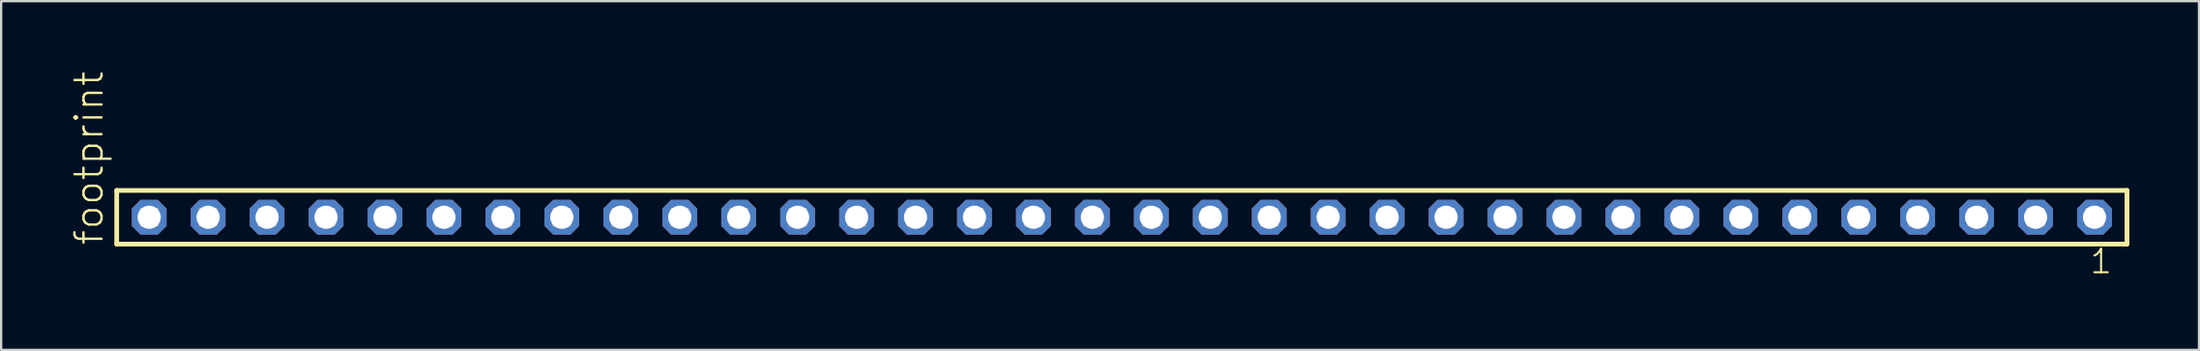
<source format=kicad_pcb>
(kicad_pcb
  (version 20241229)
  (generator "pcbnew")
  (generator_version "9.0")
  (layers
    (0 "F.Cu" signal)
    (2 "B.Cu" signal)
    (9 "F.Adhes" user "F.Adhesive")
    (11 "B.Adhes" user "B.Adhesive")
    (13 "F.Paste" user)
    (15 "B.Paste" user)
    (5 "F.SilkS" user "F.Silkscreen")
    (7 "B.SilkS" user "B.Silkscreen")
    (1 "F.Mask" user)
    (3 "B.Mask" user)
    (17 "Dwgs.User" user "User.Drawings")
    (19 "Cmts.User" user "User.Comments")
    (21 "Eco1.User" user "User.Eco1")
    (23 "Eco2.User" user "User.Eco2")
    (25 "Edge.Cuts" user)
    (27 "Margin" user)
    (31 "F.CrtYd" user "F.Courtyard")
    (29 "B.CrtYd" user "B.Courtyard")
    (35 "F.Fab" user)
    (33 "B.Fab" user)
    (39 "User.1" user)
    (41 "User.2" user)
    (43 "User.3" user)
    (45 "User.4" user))
  (footprint "footprint"
    (layer "F.Cu")
    (at 45.288 6.312)
    (property "Reference" "footprint" (at -43.815 1.27 90) (layer "F.SilkS") (effects (font (size 1.168 1.168) (thickness 0.102)) (justify left bottom)))
    (fp_line (start -43.309 -1.155) (end 43.309 -1.155) (stroke (width 0.203) (type solid)) (layer "F.SilkS"))
    (fp_line (start -43.309 1.155) (end -43.309 -1.155) (stroke (width 0.203) (type solid)) (layer "F.SilkS"))
    (fp_line (start 43.309 -1.155) (end 43.309 1.155) (stroke (width 0.203) (type solid)) (layer "F.SilkS"))
    (fp_line (start 43.309 1.155) (end -43.309 1.155) (stroke (width 0.203) (type solid)) (layer "F.SilkS"))
    (fp_poly (pts (xy -42.26 0.35) (xy -41.56 0.35) (xy -41.56 -0.35) (xy -42.26 -0.35)) (stroke (width 0.1) (type solid)) (fill no) (layer "F.Fab"))
    (fp_poly (pts (xy -39.72 0.35) (xy -39.02 0.35) (xy -39.02 -0.35) (xy -39.72 -0.35)) (stroke (width 0.1) (type solid)) (fill no) (layer "F.Fab"))
    (fp_poly (pts (xy -37.18 0.35) (xy -36.48 0.35) (xy -36.48 -0.35) (xy -37.18 -0.35)) (stroke (width 0.1) (type solid)) (fill no) (layer "F.Fab"))
    (fp_poly (pts (xy -34.64 0.35) (xy -33.94 0.35) (xy -33.94 -0.35) (xy -34.64 -0.35)) (stroke (width 0.1) (type solid)) (fill no) (layer "F.Fab"))
    (fp_poly (pts (xy -32.1 0.35) (xy -31.4 0.35) (xy -31.4 -0.35) (xy -32.1 -0.35)) (stroke (width 0.1) (type solid)) (fill no) (layer "F.Fab"))
    (fp_poly (pts (xy -29.56 0.35) (xy -28.86 0.35) (xy -28.86 -0.35) (xy -29.56 -0.35)) (stroke (width 0.1) (type solid)) (fill no) (layer "F.Fab"))
    (fp_poly (pts (xy -27.02 0.35) (xy -26.32 0.35) (xy -26.32 -0.35) (xy -27.02 -0.35)) (stroke (width 0.1) (type solid)) (fill no) (layer "F.Fab"))
    (fp_poly (pts (xy -24.48 0.35) (xy -23.78 0.35) (xy -23.78 -0.35) (xy -24.48 -0.35)) (stroke (width 0.1) (type solid)) (fill no) (layer "F.Fab"))
    (fp_poly (pts (xy -21.94 0.35) (xy -21.24 0.35) (xy -21.24 -0.35) (xy -21.94 -0.35)) (stroke (width 0.1) (type solid)) (fill no) (layer "F.Fab"))
    (fp_poly (pts (xy -19.4 0.35) (xy -18.7 0.35) (xy -18.7 -0.35) (xy -19.4 -0.35)) (stroke (width 0.1) (type solid)) (fill no) (layer "F.Fab"))
    (fp_poly (pts (xy -16.86 0.35) (xy -16.16 0.35) (xy -16.16 -0.35) (xy -16.86 -0.35)) (stroke (width 0.1) (type solid)) (fill no) (layer "F.Fab"))
    (fp_poly (pts (xy -14.32 0.35) (xy -13.62 0.35) (xy -13.62 -0.35) (xy -14.32 -0.35)) (stroke (width 0.1) (type solid)) (fill no) (layer "F.Fab"))
    (fp_poly (pts (xy -11.78 0.35) (xy -11.08 0.35) (xy -11.08 -0.35) (xy -11.78 -0.35)) (stroke (width 0.1) (type solid)) (fill no) (layer "F.Fab"))
    (fp_poly (pts (xy -9.24 0.35) (xy -8.54 0.35) (xy -8.54 -0.35) (xy -9.24 -0.35)) (stroke (width 0.1) (type solid)) (fill no) (layer "F.Fab"))
    (fp_poly (pts (xy -6.7 0.35) (xy -6 0.35) (xy -6 -0.35) (xy -6.7 -0.35)) (stroke (width 0.1) (type solid)) (fill no) (layer "F.Fab"))
    (fp_poly (pts (xy -4.16 0.35) (xy -3.46 0.35) (xy -3.46 -0.35) (xy -4.16 -0.35)) (stroke (width 0.1) (type solid)) (fill no) (layer "F.Fab"))
    (fp_poly (pts (xy -1.62 0.35) (xy -0.92 0.35) (xy -0.92 -0.35) (xy -1.62 -0.35)) (stroke (width 0.1) (type solid)) (fill no) (layer "F.Fab"))
    (fp_poly (pts (xy 0.92 0.35) (xy 1.62 0.35) (xy 1.62 -0.35) (xy 0.92 -0.35)) (stroke (width 0.1) (type solid)) (fill no) (layer "F.Fab"))
    (fp_poly (pts (xy 3.46 0.35) (xy 4.16 0.35) (xy 4.16 -0.35) (xy 3.46 -0.35)) (stroke (width 0.1) (type solid)) (fill no) (layer "F.Fab"))
    (fp_poly (pts (xy 6 0.35) (xy 6.7 0.35) (xy 6.7 -0.35) (xy 6 -0.35)) (stroke (width 0.1) (type solid)) (fill no) (layer "F.Fab"))
    (fp_poly (pts (xy 8.54 0.35) (xy 9.24 0.35) (xy 9.24 -0.35) (xy 8.54 -0.35)) (stroke (width 0.1) (type solid)) (fill no) (layer "F.Fab"))
    (fp_poly (pts (xy 11.08 0.35) (xy 11.78 0.35) (xy 11.78 -0.35) (xy 11.08 -0.35)) (stroke (width 0.1) (type solid)) (fill no) (layer "F.Fab"))
    (fp_poly (pts (xy 13.62 0.35) (xy 14.32 0.35) (xy 14.32 -0.35) (xy 13.62 -0.35)) (stroke (width 0.1) (type solid)) (fill no) (layer "F.Fab"))
    (fp_poly (pts (xy 16.16 0.35) (xy 16.86 0.35) (xy 16.86 -0.35) (xy 16.16 -0.35)) (stroke (width 0.1) (type solid)) (fill no) (layer "F.Fab"))
    (fp_poly (pts (xy 18.7 0.35) (xy 19.4 0.35) (xy 19.4 -0.35) (xy 18.7 -0.35)) (stroke (width 0.1) (type solid)) (fill no) (layer "F.Fab"))
    (fp_poly (pts (xy 21.24 0.35) (xy 21.94 0.35) (xy 21.94 -0.35) (xy 21.24 -0.35)) (stroke (width 0.1) (type solid)) (fill no) (layer "F.Fab"))
    (fp_poly (pts (xy 23.78 0.35) (xy 24.48 0.35) (xy 24.48 -0.35) (xy 23.78 -0.35)) (stroke (width 0.1) (type solid)) (fill no) (layer "F.Fab"))
    (fp_poly (pts (xy 26.32 0.35) (xy 27.02 0.35) (xy 27.02 -0.35) (xy 26.32 -0.35)) (stroke (width 0.1) (type solid)) (fill no) (layer "F.Fab"))
    (fp_poly (pts (xy 28.86 0.35) (xy 29.56 0.35) (xy 29.56 -0.35) (xy 28.86 -0.35)) (stroke (width 0.1) (type solid)) (fill no) (layer "F.Fab"))
    (fp_poly (pts (xy 31.4 0.35) (xy 32.1 0.35) (xy 32.1 -0.35) (xy 31.4 -0.35)) (stroke (width 0.1) (type solid)) (fill no) (layer "F.Fab"))
    (fp_poly (pts (xy 33.94 0.35) (xy 34.64 0.35) (xy 34.64 -0.35) (xy 33.94 -0.35)) (stroke (width 0.1) (type solid)) (fill no) (layer "F.Fab"))
    (fp_poly (pts (xy 36.48 0.35) (xy 37.18 0.35) (xy 37.18 -0.35) (xy 36.48 -0.35)) (stroke (width 0.1) (type solid)) (fill no) (layer "F.Fab"))
    (fp_poly (pts (xy 39.02 0.35) (xy 39.72 0.35) (xy 39.72 -0.35) (xy 39.02 -0.35)) (stroke (width 0.1) (type solid)) (fill no) (layer "F.Fab"))
    (fp_poly (pts (xy 41.56 0.35) (xy 42.26 0.35) (xy 42.26 -0.35) (xy 41.56 -0.35)) (stroke (width 0.1) (type solid)) (fill no) (layer "F.Fab"))
    (fp_text user "1" (at 41.652 2.498 0) (layer "F.SilkS") (effects (font (size 1.012 1.012) (thickness 0.088)) (justify left bottom)))
    (pad "1" thru_hole roundrect (at 41.91 0 180) (size 1.5 1.5) (drill 1) (layers "*.Cu" "*.Mask") (roundrect_rratio 0.25) (chamfer_ratio 0.25) (chamfer top_left top_right bottom_left bottom_right))
    (pad "2" thru_hole roundrect (at 39.37 0 180) (size 1.5 1.5) (drill 1) (layers "*.Cu" "*.Mask") (roundrect_rratio 0.25) (chamfer_ratio 0.25) (chamfer top_left top_right bottom_left bottom_right))
    (pad "3" thru_hole roundrect (at 36.83 0 180) (size 1.5 1.5) (drill 1) (layers "*.Cu" "*.Mask") (roundrect_rratio 0.25) (chamfer_ratio 0.25) (chamfer top_left top_right bottom_left bottom_right))
    (pad "4" thru_hole roundrect (at 34.29 0 180) (size 1.5 1.5) (drill 1) (layers "*.Cu" "*.Mask") (roundrect_rratio 0.25) (chamfer_ratio 0.25) (chamfer top_left top_right bottom_left bottom_right))
    (pad "5" thru_hole roundrect (at 31.75 0 180) (size 1.5 1.5) (drill 1) (layers "*.Cu" "*.Mask") (roundrect_rratio 0.25) (chamfer_ratio 0.25) (chamfer top_left top_right bottom_left bottom_right))
    (pad "6" thru_hole roundrect (at 29.21 0 180) (size 1.5 1.5) (drill 1) (layers "*.Cu" "*.Mask") (roundrect_rratio 0.25) (chamfer_ratio 0.25) (chamfer top_left top_right bottom_left bottom_right))
    (pad "7" thru_hole roundrect (at 26.67 0 180) (size 1.5 1.5) (drill 1) (layers "*.Cu" "*.Mask") (roundrect_rratio 0.25) (chamfer_ratio 0.25) (chamfer top_left top_right bottom_left bottom_right))
    (pad "8" thru_hole roundrect (at 24.13 0 180) (size 1.5 1.5) (drill 1) (layers "*.Cu" "*.Mask") (roundrect_rratio 0.25) (chamfer_ratio 0.25) (chamfer top_left top_right bottom_left bottom_right))
    (pad "9" thru_hole roundrect (at 21.59 0 180) (size 1.5 1.5) (drill 1) (layers "*.Cu" "*.Mask") (roundrect_rratio 0.25) (chamfer_ratio 0.25) (chamfer top_left top_right bottom_left bottom_right))
    (pad "10" thru_hole roundrect (at 19.05 0 180) (size 1.5 1.5) (drill 1) (layers "*.Cu" "*.Mask") (roundrect_rratio 0.25) (chamfer_ratio 0.25) (chamfer top_left top_right bottom_left bottom_right))
    (pad "11" thru_hole roundrect (at 16.51 0 180) (size 1.5 1.5) (drill 1) (layers "*.Cu" "*.Mask") (roundrect_rratio 0.25) (chamfer_ratio 0.25) (chamfer top_left top_right bottom_left bottom_right))
    (pad "12" thru_hole roundrect (at 13.97 0 180) (size 1.5 1.5) (drill 1) (layers "*.Cu" "*.Mask") (roundrect_rratio 0.25) (chamfer_ratio 0.25) (chamfer top_left top_right bottom_left bottom_right))
    (pad "13" thru_hole roundrect (at 11.43 0 180) (size 1.5 1.5) (drill 1) (layers "*.Cu" "*.Mask") (roundrect_rratio 0.25) (chamfer_ratio 0.25) (chamfer top_left top_right bottom_left bottom_right))
    (pad "14" thru_hole roundrect (at 8.89 0 180) (size 1.5 1.5) (drill 1) (layers "*.Cu" "*.Mask") (roundrect_rratio 0.25) (chamfer_ratio 0.25) (chamfer top_left top_right bottom_left bottom_right))
    (pad "15" thru_hole roundrect (at 6.35 0 180) (size 1.5 1.5) (drill 1) (layers "*.Cu" "*.Mask") (roundrect_rratio 0.25) (chamfer_ratio 0.25) (chamfer top_left top_right bottom_left bottom_right))
    (pad "16" thru_hole roundrect (at 3.81 0 180) (size 1.5 1.5) (drill 1) (layers "*.Cu" "*.Mask") (roundrect_rratio 0.25) (chamfer_ratio 0.25) (chamfer top_left top_right bottom_left bottom_right))
    (pad "17" thru_hole roundrect (at 1.27 0 180) (size 1.5 1.5) (drill 1) (layers "*.Cu" "*.Mask") (roundrect_rratio 0.25) (chamfer_ratio 0.25) (chamfer top_left top_right bottom_left bottom_right))
    (pad "18" thru_hole roundrect (at -1.27 0 180) (size 1.5 1.5) (drill 1) (layers "*.Cu" "*.Mask") (roundrect_rratio 0.25) (chamfer_ratio 0.25) (chamfer top_left top_right bottom_left bottom_right))
    (pad "19" thru_hole roundrect (at -3.81 0 180) (size 1.5 1.5) (drill 1) (layers "*.Cu" "*.Mask") (roundrect_rratio 0.25) (chamfer_ratio 0.25) (chamfer top_left top_right bottom_left bottom_right))
    (pad "20" thru_hole roundrect (at -6.35 0 180) (size 1.5 1.5) (drill 1) (layers "*.Cu" "*.Mask") (roundrect_rratio 0.25) (chamfer_ratio 0.25) (chamfer top_left top_right bottom_left bottom_right))
    (pad "21" thru_hole roundrect (at -8.89 0 180) (size 1.5 1.5) (drill 1) (layers "*.Cu" "*.Mask") (roundrect_rratio 0.25) (chamfer_ratio 0.25) (chamfer top_left top_right bottom_left bottom_right))
    (pad "22" thru_hole roundrect (at -11.43 0 180) (size 1.5 1.5) (drill 1) (layers "*.Cu" "*.Mask") (roundrect_rratio 0.25) (chamfer_ratio 0.25) (chamfer top_left top_right bottom_left bottom_right))
    (pad "23" thru_hole roundrect (at -13.97 0 180) (size 1.5 1.5) (drill 1) (layers "*.Cu" "*.Mask") (roundrect_rratio 0.25) (chamfer_ratio 0.25) (chamfer top_left top_right bottom_left bottom_right))
    (pad "24" thru_hole roundrect (at -16.51 0 180) (size 1.5 1.5) (drill 1) (layers "*.Cu" "*.Mask") (roundrect_rratio 0.25) (chamfer_ratio 0.25) (chamfer top_left top_right bottom_left bottom_right))
    (pad "25" thru_hole roundrect (at -19.05 0 180) (size 1.5 1.5) (drill 1) (layers "*.Cu" "*.Mask") (roundrect_rratio 0.25) (chamfer_ratio 0.25) (chamfer top_left top_right bottom_left bottom_right))
    (pad "26" thru_hole roundrect (at -21.59 0 180) (size 1.5 1.5) (drill 1) (layers "*.Cu" "*.Mask") (roundrect_rratio 0.25) (chamfer_ratio 0.25) (chamfer top_left top_right bottom_left bottom_right))
    (pad "27" thru_hole roundrect (at -24.13 0 180) (size 1.5 1.5) (drill 1) (layers "*.Cu" "*.Mask") (roundrect_rratio 0.25) (chamfer_ratio 0.25) (chamfer top_left top_right bottom_left bottom_right))
    (pad "28" thru_hole roundrect (at -26.67 0 180) (size 1.5 1.5) (drill 1) (layers "*.Cu" "*.Mask") (roundrect_rratio 0.25) (chamfer_ratio 0.25) (chamfer top_left top_right bottom_left bottom_right))
    (pad "29" thru_hole roundrect (at -29.21 0 180) (size 1.5 1.5) (drill 1) (layers "*.Cu" "*.Mask") (roundrect_rratio 0.25) (chamfer_ratio 0.25) (chamfer top_left top_right bottom_left bottom_right))
    (pad "30" thru_hole roundrect (at -31.75 0 180) (size 1.5 1.5) (drill 1) (layers "*.Cu" "*.Mask") (roundrect_rratio 0.25) (chamfer_ratio 0.25) (chamfer top_left top_right bottom_left bottom_right))
    (pad "31" thru_hole roundrect (at -34.29 0 180) (size 1.5 1.5) (drill 1) (layers "*.Cu" "*.Mask") (roundrect_rratio 0.25) (chamfer_ratio 0.25) (chamfer top_left top_right bottom_left bottom_right))
    (pad "32" thru_hole roundrect (at -36.83 0 180) (size 1.5 1.5) (drill 1) (layers "*.Cu" "*.Mask") (roundrect_rratio 0.25) (chamfer_ratio 0.25) (chamfer top_left top_right bottom_left bottom_right))
    (pad "33" thru_hole roundrect (at -39.37 0 180) (size 1.5 1.5) (drill 1) (layers "*.Cu" "*.Mask") (roundrect_rratio 0.25) (chamfer_ratio 0.25) (chamfer top_left top_right bottom_left bottom_right))
    (pad "34" thru_hole roundrect (at -41.91 0 180) (size 1.5 1.5) (drill 1) (layers "*.Cu" "*.Mask") (roundrect_rratio 0.25) (chamfer_ratio 0.25) (chamfer top_left top_right bottom_left bottom_right)))
  (gr_rect
    (start -3 -3)
    (end 91.699 12.027)
    (stroke (width 0.1) (type default))
    (fill no)
    (layer "Edge.Cuts")))
</source>
